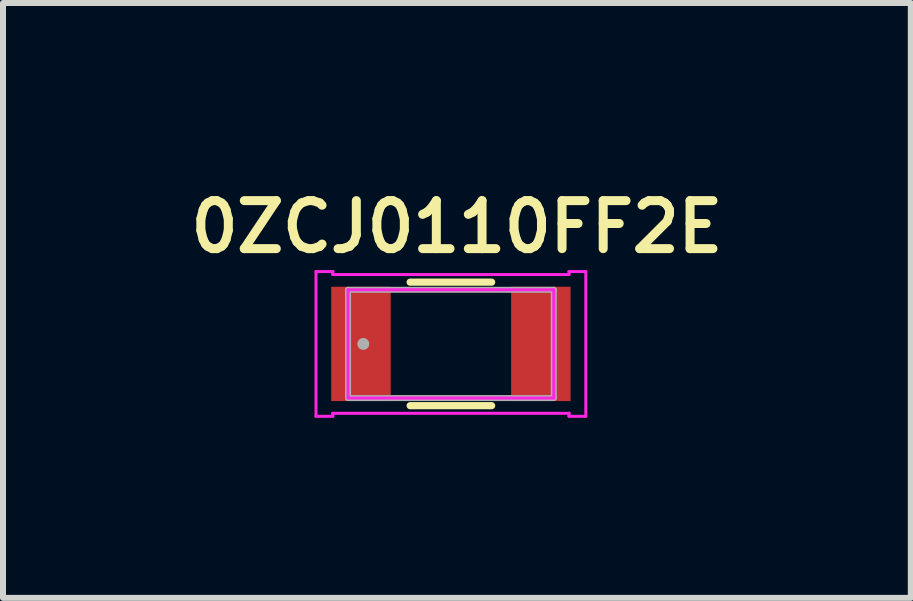
<source format=kicad_pcb>
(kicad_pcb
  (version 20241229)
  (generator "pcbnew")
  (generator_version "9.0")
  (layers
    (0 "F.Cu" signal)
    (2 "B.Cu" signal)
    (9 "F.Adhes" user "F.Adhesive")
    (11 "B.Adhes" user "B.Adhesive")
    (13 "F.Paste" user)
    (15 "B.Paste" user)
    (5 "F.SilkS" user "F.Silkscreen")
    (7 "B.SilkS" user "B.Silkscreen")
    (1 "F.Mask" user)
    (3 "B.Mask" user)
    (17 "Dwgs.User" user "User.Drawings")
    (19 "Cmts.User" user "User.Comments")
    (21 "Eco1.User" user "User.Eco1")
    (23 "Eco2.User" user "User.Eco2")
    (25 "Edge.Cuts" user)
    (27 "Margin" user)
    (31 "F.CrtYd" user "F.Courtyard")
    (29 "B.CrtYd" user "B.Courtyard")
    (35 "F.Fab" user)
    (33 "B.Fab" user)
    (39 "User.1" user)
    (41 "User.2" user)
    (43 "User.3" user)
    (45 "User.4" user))
  (footprint "0ZCJ0110FF2E"
    (layer "F.Cu")
    (at 4.464 2.681)
    (property "Reference" "0ZCJ0110FF2E" (at 0.1 -1.95 0) (layer "F.SilkS") (effects (font (size 0.8 0.8) (thickness 0.15))))
    (attr smd)
    (fp_line (start -0.679 1.029) (end 0.679 1.029) (stroke (width 0.12) (type solid)) (layer "F.SilkS"))
    (fp_line (start 0.679 -1.029) (end -0.679 -1.029) (stroke (width 0.12) (type solid)) (layer "F.SilkS"))
    (fp_line (start -2.248 -1.206) (end -1.968 -1.206) (stroke (width 0.05) (type solid)) (layer "F.CrtYd"))
    (fp_line (start -2.248 1.206) (end -2.248 -1.206) (stroke (width 0.05) (type solid)) (layer "F.CrtYd"))
    (fp_line (start -2.248 1.206) (end -1.968 1.206) (stroke (width 0.05) (type solid)) (layer "F.CrtYd"))
    (fp_line (start -1.968 -1.206) (end -1.968 -1.156) (stroke (width 0.05) (type solid)) (layer "F.CrtYd"))
    (fp_line (start -1.968 -1.156) (end 1.968 -1.156) (stroke (width 0.05) (type solid)) (layer "F.CrtYd"))
    (fp_line (start -1.968 1.156) (end -1.968 1.206) (stroke (width 0.05) (type solid)) (layer "F.CrtYd"))
    (fp_line (start -1.714 -0.902) (end 1.714 -0.902) (stroke (width 0.05) (type solid)) (layer "F.CrtYd"))
    (fp_line (start -1.714 0.902) (end -1.714 -0.902) (stroke (width 0.05) (type solid)) (layer "F.CrtYd"))
    (fp_line (start 1.714 -0.902) (end 1.714 0.902) (stroke (width 0.05) (type solid)) (layer "F.CrtYd"))
    (fp_line (start 1.714 0.902) (end -1.714 0.902) (stroke (width 0.05) (type solid)) (layer "F.CrtYd"))
    (fp_line (start 1.968 -1.206) (end 2.248 -1.206) (stroke (width 0.05) (type solid)) (layer "F.CrtYd"))
    (fp_line (start 1.968 -1.156) (end 1.968 -1.206) (stroke (width 0.05) (type solid)) (layer "F.CrtYd"))
    (fp_line (start 1.968 1.156) (end -1.968 1.156) (stroke (width 0.05) (type solid)) (layer "F.CrtYd"))
    (fp_line (start 1.968 1.156) (end 1.968 1.156) (stroke (width 0.05) (type solid)) (layer "F.CrtYd"))
    (fp_line (start 1.968 1.206) (end 1.968 1.156) (stroke (width 0.05) (type solid)) (layer "F.CrtYd"))
    (fp_line (start 2.248 -1.206) (end 2.248 1.206) (stroke (width 0.05) (type solid)) (layer "F.CrtYd"))
    (fp_line (start 2.248 1.206) (end 1.968 1.206) (stroke (width 0.05) (type solid)) (layer "F.CrtYd"))
    (fp_line (start -1.714 -0.902) (end -1.714 0.902) (stroke (width 0.1) (type solid)) (layer "F.Fab"))
    (fp_line (start -1.714 0.902) (end 1.714 0.902) (stroke (width 0.1) (type solid)) (layer "F.Fab"))
    (fp_line (start 1.714 -0.902) (end -1.714 -0.902) (stroke (width 0.1) (type solid)) (layer "F.Fab"))
    (fp_line (start 1.714 0.902) (end 1.714 -0.902) (stroke (width 0.1) (type solid)) (layer "F.Fab"))
    (fp_circle (center -1.46 0) (end -1.46 0) (stroke (width 0.1) (type solid)) (fill no) (layer "F.Fab"))
    (pad "1" smd rect (at -1.499 0) (size 0.991 1.905) (layers "F.Cu" "F.Mask" "F.Paste"))
    (pad "2" smd rect (at 1.499 0) (size 0.991 1.905) (layers "F.Cu" "F.Mask" "F.Paste")))
  (gr_rect
    (start -3 -3)
    (end 12.128 6.913)
    (stroke (width 0.1) (type default))
    (fill no)
    (layer "Edge.Cuts")))
</source>
